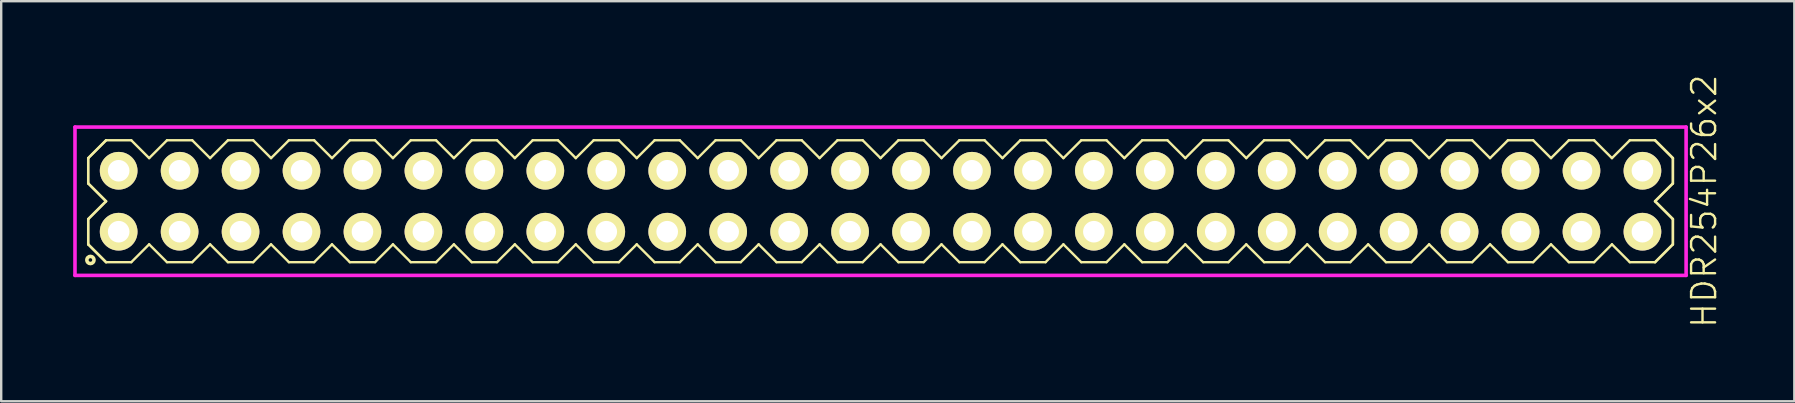
<source format=kicad_pcb>
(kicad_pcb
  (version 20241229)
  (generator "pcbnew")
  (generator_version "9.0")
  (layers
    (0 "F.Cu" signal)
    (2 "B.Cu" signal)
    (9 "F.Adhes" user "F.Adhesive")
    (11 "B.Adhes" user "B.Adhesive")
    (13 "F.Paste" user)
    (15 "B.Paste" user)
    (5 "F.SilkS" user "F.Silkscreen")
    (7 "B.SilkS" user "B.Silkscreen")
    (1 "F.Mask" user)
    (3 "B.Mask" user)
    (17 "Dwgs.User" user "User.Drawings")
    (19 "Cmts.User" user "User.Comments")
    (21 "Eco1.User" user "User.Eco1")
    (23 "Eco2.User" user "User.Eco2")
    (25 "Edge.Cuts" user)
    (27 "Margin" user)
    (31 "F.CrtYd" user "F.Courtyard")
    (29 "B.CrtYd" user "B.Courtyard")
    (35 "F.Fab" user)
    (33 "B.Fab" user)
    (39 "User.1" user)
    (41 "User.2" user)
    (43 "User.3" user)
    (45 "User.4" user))
  (footprint "HDR254P26x2"
    (layer "F.Cu")
    (at 33.645 5.336)
    (property "Reference" "HDR254P26x2" (at 34.32 0 90) (layer "F.SilkS") (effects (font (size 1 1) (thickness 0.1))))
    (attr through_hole)
    (fp_line (start -33.02 -1.796) (end -32.276 -2.54) (stroke (width 0.1) (type solid)) (layer "F.SilkS"))
    (fp_line (start -33.02 -1.796) (end -32.276 -2.54) (stroke (width 0.1) (type solid)) (layer "F.SilkS"))
    (fp_line (start -33.02 -0.744) (end -33.02 -1.796) (stroke (width 0.1) (type solid)) (layer "F.SilkS"))
    (fp_line (start -33.02 -0.744) (end -33.02 -1.796) (stroke (width 0.1) (type solid)) (layer "F.SilkS"))
    (fp_line (start -33.02 0.744) (end -32.276 0) (stroke (width 0.1) (type solid)) (layer "F.SilkS"))
    (fp_line (start -33.02 0.744) (end -32.276 0) (stroke (width 0.1) (type solid)) (layer "F.SilkS"))
    (fp_line (start -33.02 1.796) (end -33.02 0.744) (stroke (width 0.1) (type solid)) (layer "F.SilkS"))
    (fp_line (start -33.02 1.796) (end -33.02 0.744) (stroke (width 0.1) (type solid)) (layer "F.SilkS"))
    (fp_line (start -32.276 -2.54) (end -31.224 -2.54) (stroke (width 0.1) (type solid)) (layer "F.SilkS"))
    (fp_line (start -32.276 0) (end -33.02 -0.744) (stroke (width 0.1) (type solid)) (layer "F.SilkS"))
    (fp_line (start -32.276 0) (end -33.02 -0.744) (stroke (width 0.1) (type solid)) (layer "F.SilkS"))
    (fp_line (start -32.276 2.54) (end -33.02 1.796) (stroke (width 0.1) (type solid)) (layer "F.SilkS"))
    (fp_line (start -32.276 2.54) (end -33.02 1.796) (stroke (width 0.1) (type solid)) (layer "F.SilkS"))
    (fp_line (start -31.224 -2.54) (end -30.48 -1.796) (stroke (width 0.1) (type solid)) (layer "F.SilkS"))
    (fp_line (start -31.224 2.54) (end -32.276 2.54) (stroke (width 0.1) (type solid)) (layer "F.SilkS"))
    (fp_line (start -30.48 -1.796) (end -29.736 -2.54) (stroke (width 0.1) (type solid)) (layer "F.SilkS"))
    (fp_line (start -30.48 1.796) (end -31.224 2.54) (stroke (width 0.1) (type solid)) (layer "F.SilkS"))
    (fp_line (start -29.736 -2.54) (end -28.684 -2.54) (stroke (width 0.1) (type solid)) (layer "F.SilkS"))
    (fp_line (start -29.736 2.54) (end -30.48 1.796) (stroke (width 0.1) (type solid)) (layer "F.SilkS"))
    (fp_line (start -28.684 -2.54) (end -27.94 -1.796) (stroke (width 0.1) (type solid)) (layer "F.SilkS"))
    (fp_line (start -28.684 2.54) (end -29.736 2.54) (stroke (width 0.1) (type solid)) (layer "F.SilkS"))
    (fp_line (start -27.94 -1.796) (end -27.196 -2.54) (stroke (width 0.1) (type solid)) (layer "F.SilkS"))
    (fp_line (start -27.94 1.796) (end -28.684 2.54) (stroke (width 0.1) (type solid)) (layer "F.SilkS"))
    (fp_line (start -27.196 -2.54) (end -26.144 -2.54) (stroke (width 0.1) (type solid)) (layer "F.SilkS"))
    (fp_line (start -27.196 2.54) (end -27.94 1.796) (stroke (width 0.1) (type solid)) (layer "F.SilkS"))
    (fp_line (start -26.144 -2.54) (end -25.4 -1.796) (stroke (width 0.1) (type solid)) (layer "F.SilkS"))
    (fp_line (start -26.144 2.54) (end -27.196 2.54) (stroke (width 0.1) (type solid)) (layer "F.SilkS"))
    (fp_line (start -25.4 -1.796) (end -24.656 -2.54) (stroke (width 0.1) (type solid)) (layer "F.SilkS"))
    (fp_line (start -25.4 1.796) (end -26.144 2.54) (stroke (width 0.1) (type solid)) (layer "F.SilkS"))
    (fp_line (start -24.656 -2.54) (end -23.604 -2.54) (stroke (width 0.1) (type solid)) (layer "F.SilkS"))
    (fp_line (start -24.656 2.54) (end -25.4 1.796) (stroke (width 0.1) (type solid)) (layer "F.SilkS"))
    (fp_line (start -23.604 -2.54) (end -22.86 -1.796) (stroke (width 0.1) (type solid)) (layer "F.SilkS"))
    (fp_line (start -23.604 2.54) (end -24.656 2.54) (stroke (width 0.1) (type solid)) (layer "F.SilkS"))
    (fp_line (start -22.86 -1.796) (end -22.116 -2.54) (stroke (width 0.1) (type solid)) (layer "F.SilkS"))
    (fp_line (start -22.86 1.796) (end -23.604 2.54) (stroke (width 0.1) (type solid)) (layer "F.SilkS"))
    (fp_line (start -22.116 -2.54) (end -21.064 -2.54) (stroke (width 0.1) (type solid)) (layer "F.SilkS"))
    (fp_line (start -22.116 2.54) (end -22.86 1.796) (stroke (width 0.1) (type solid)) (layer "F.SilkS"))
    (fp_line (start -21.064 -2.54) (end -20.32 -1.796) (stroke (width 0.1) (type solid)) (layer "F.SilkS"))
    (fp_line (start -21.064 2.54) (end -22.116 2.54) (stroke (width 0.1) (type solid)) (layer "F.SilkS"))
    (fp_line (start -20.32 -1.796) (end -19.576 -2.54) (stroke (width 0.1) (type solid)) (layer "F.SilkS"))
    (fp_line (start -20.32 1.796) (end -21.064 2.54) (stroke (width 0.1) (type solid)) (layer "F.SilkS"))
    (fp_line (start -19.576 -2.54) (end -18.524 -2.54) (stroke (width 0.1) (type solid)) (layer "F.SilkS"))
    (fp_line (start -19.576 2.54) (end -20.32 1.796) (stroke (width 0.1) (type solid)) (layer "F.SilkS"))
    (fp_line (start -18.524 -2.54) (end -17.78 -1.796) (stroke (width 0.1) (type solid)) (layer "F.SilkS"))
    (fp_line (start -18.524 2.54) (end -19.576 2.54) (stroke (width 0.1) (type solid)) (layer "F.SilkS"))
    (fp_line (start -17.78 -1.796) (end -17.036 -2.54) (stroke (width 0.1) (type solid)) (layer "F.SilkS"))
    (fp_line (start -17.78 1.796) (end -18.524 2.54) (stroke (width 0.1) (type solid)) (layer "F.SilkS"))
    (fp_line (start -17.036 -2.54) (end -15.984 -2.54) (stroke (width 0.1) (type solid)) (layer "F.SilkS"))
    (fp_line (start -17.036 2.54) (end -17.78 1.796) (stroke (width 0.1) (type solid)) (layer "F.SilkS"))
    (fp_line (start -15.984 -2.54) (end -15.24 -1.796) (stroke (width 0.1) (type solid)) (layer "F.SilkS"))
    (fp_line (start -15.984 2.54) (end -17.036 2.54) (stroke (width 0.1) (type solid)) (layer "F.SilkS"))
    (fp_line (start -15.24 -1.796) (end -14.496 -2.54) (stroke (width 0.1) (type solid)) (layer "F.SilkS"))
    (fp_line (start -15.24 1.796) (end -15.984 2.54) (stroke (width 0.1) (type solid)) (layer "F.SilkS"))
    (fp_line (start -14.496 -2.54) (end -13.444 -2.54) (stroke (width 0.1) (type solid)) (layer "F.SilkS"))
    (fp_line (start -14.496 2.54) (end -15.24 1.796) (stroke (width 0.1) (type solid)) (layer "F.SilkS"))
    (fp_line (start -13.444 -2.54) (end -12.7 -1.796) (stroke (width 0.1) (type solid)) (layer "F.SilkS"))
    (fp_line (start -13.444 2.54) (end -14.496 2.54) (stroke (width 0.1) (type solid)) (layer "F.SilkS"))
    (fp_line (start -12.7 -1.796) (end -11.956 -2.54) (stroke (width 0.1) (type solid)) (layer "F.SilkS"))
    (fp_line (start -12.7 1.796) (end -13.444 2.54) (stroke (width 0.1) (type solid)) (layer "F.SilkS"))
    (fp_line (start -11.956 -2.54) (end -10.904 -2.54) (stroke (width 0.1) (type solid)) (layer "F.SilkS"))
    (fp_line (start -11.956 2.54) (end -12.7 1.796) (stroke (width 0.1) (type solid)) (layer "F.SilkS"))
    (fp_line (start -10.904 -2.54) (end -10.16 -1.796) (stroke (width 0.1) (type solid)) (layer "F.SilkS"))
    (fp_line (start -10.904 2.54) (end -11.956 2.54) (stroke (width 0.1) (type solid)) (layer "F.SilkS"))
    (fp_line (start -10.16 -1.796) (end -9.416 -2.54) (stroke (width 0.1) (type solid)) (layer "F.SilkS"))
    (fp_line (start -10.16 1.796) (end -10.904 2.54) (stroke (width 0.1) (type solid)) (layer "F.SilkS"))
    (fp_line (start -9.416 -2.54) (end -8.364 -2.54) (stroke (width 0.1) (type solid)) (layer "F.SilkS"))
    (fp_line (start -9.416 2.54) (end -10.16 1.796) (stroke (width 0.1) (type solid)) (layer "F.SilkS"))
    (fp_line (start -8.364 -2.54) (end -7.62 -1.796) (stroke (width 0.1) (type solid)) (layer "F.SilkS"))
    (fp_line (start -8.364 2.54) (end -9.416 2.54) (stroke (width 0.1) (type solid)) (layer "F.SilkS"))
    (fp_line (start -7.62 -1.796) (end -6.876 -2.54) (stroke (width 0.1) (type solid)) (layer "F.SilkS"))
    (fp_line (start -7.62 1.796) (end -8.364 2.54) (stroke (width 0.1) (type solid)) (layer "F.SilkS"))
    (fp_line (start -6.876 -2.54) (end -5.824 -2.54) (stroke (width 0.1) (type solid)) (layer "F.SilkS"))
    (fp_line (start -6.876 2.54) (end -7.62 1.796) (stroke (width 0.1) (type solid)) (layer "F.SilkS"))
    (fp_line (start -5.824 -2.54) (end -5.08 -1.796) (stroke (width 0.1) (type solid)) (layer "F.SilkS"))
    (fp_line (start -5.824 2.54) (end -6.876 2.54) (stroke (width 0.1) (type solid)) (layer "F.SilkS"))
    (fp_line (start -5.08 -1.796) (end -4.336 -2.54) (stroke (width 0.1) (type solid)) (layer "F.SilkS"))
    (fp_line (start -5.08 1.796) (end -5.824 2.54) (stroke (width 0.1) (type solid)) (layer "F.SilkS"))
    (fp_line (start -4.336 -2.54) (end -3.284 -2.54) (stroke (width 0.1) (type solid)) (layer "F.SilkS"))
    (fp_line (start -4.336 2.54) (end -5.08 1.796) (stroke (width 0.1) (type solid)) (layer "F.SilkS"))
    (fp_line (start -3.284 -2.54) (end -2.54 -1.796) (stroke (width 0.1) (type solid)) (layer "F.SilkS"))
    (fp_line (start -3.284 2.54) (end -4.336 2.54) (stroke (width 0.1) (type solid)) (layer "F.SilkS"))
    (fp_line (start -2.54 -1.796) (end -1.796 -2.54) (stroke (width 0.1) (type solid)) (layer "F.SilkS"))
    (fp_line (start -2.54 1.796) (end -3.284 2.54) (stroke (width 0.1) (type solid)) (layer "F.SilkS"))
    (fp_line (start -1.796 -2.54) (end -0.744 -2.54) (stroke (width 0.1) (type solid)) (layer "F.SilkS"))
    (fp_line (start -1.796 2.54) (end -2.54 1.796) (stroke (width 0.1) (type solid)) (layer "F.SilkS"))
    (fp_line (start -0.744 -2.54) (end 0 -1.796) (stroke (width 0.1) (type solid)) (layer "F.SilkS"))
    (fp_line (start -0.744 2.54) (end -1.796 2.54) (stroke (width 0.1) (type solid)) (layer "F.SilkS"))
    (fp_line (start 0 -1.796) (end 0.744 -2.54) (stroke (width 0.1) (type solid)) (layer "F.SilkS"))
    (fp_line (start 0 1.796) (end -0.744 2.54) (stroke (width 0.1) (type solid)) (layer "F.SilkS"))
    (fp_line (start 0.744 -2.54) (end 1.796 -2.54) (stroke (width 0.1) (type solid)) (layer "F.SilkS"))
    (fp_line (start 0.744 2.54) (end 0 1.796) (stroke (width 0.1) (type solid)) (layer "F.SilkS"))
    (fp_line (start 1.796 -2.54) (end 2.54 -1.796) (stroke (width 0.1) (type solid)) (layer "F.SilkS"))
    (fp_line (start 1.796 2.54) (end 0.744 2.54) (stroke (width 0.1) (type solid)) (layer "F.SilkS"))
    (fp_line (start 2.54 -1.796) (end 3.284 -2.54) (stroke (width 0.1) (type solid)) (layer "F.SilkS"))
    (fp_line (start 2.54 1.796) (end 1.796 2.54) (stroke (width 0.1) (type solid)) (layer "F.SilkS"))
    (fp_line (start 3.284 -2.54) (end 4.336 -2.54) (stroke (width 0.1) (type solid)) (layer "F.SilkS"))
    (fp_line (start 3.284 2.54) (end 2.54 1.796) (stroke (width 0.1) (type solid)) (layer "F.SilkS"))
    (fp_line (start 4.336 -2.54) (end 5.08 -1.796) (stroke (width 0.1) (type solid)) (layer "F.SilkS"))
    (fp_line (start 4.336 2.54) (end 3.284 2.54) (stroke (width 0.1) (type solid)) (layer "F.SilkS"))
    (fp_line (start 5.08 -1.796) (end 5.824 -2.54) (stroke (width 0.1) (type solid)) (layer "F.SilkS"))
    (fp_line (start 5.08 1.796) (end 4.336 2.54) (stroke (width 0.1) (type solid)) (layer "F.SilkS"))
    (fp_line (start 5.824 -2.54) (end 6.876 -2.54) (stroke (width 0.1) (type solid)) (layer "F.SilkS"))
    (fp_line (start 5.824 2.54) (end 5.08 1.796) (stroke (width 0.1) (type solid)) (layer "F.SilkS"))
    (fp_line (start 6.876 -2.54) (end 7.62 -1.796) (stroke (width 0.1) (type solid)) (layer "F.SilkS"))
    (fp_line (start 6.876 2.54) (end 5.824 2.54) (stroke (width 0.1) (type solid)) (layer "F.SilkS"))
    (fp_line (start 7.62 -1.796) (end 8.364 -2.54) (stroke (width 0.1) (type solid)) (layer "F.SilkS"))
    (fp_line (start 7.62 1.796) (end 6.876 2.54) (stroke (width 0.1) (type solid)) (layer "F.SilkS"))
    (fp_line (start 8.364 -2.54) (end 9.416 -2.54) (stroke (width 0.1) (type solid)) (layer "F.SilkS"))
    (fp_line (start 8.364 2.54) (end 7.62 1.796) (stroke (width 0.1) (type solid)) (layer "F.SilkS"))
    (fp_line (start 9.416 -2.54) (end 10.16 -1.796) (stroke (width 0.1) (type solid)) (layer "F.SilkS"))
    (fp_line (start 9.416 2.54) (end 8.364 2.54) (stroke (width 0.1) (type solid)) (layer "F.SilkS"))
    (fp_line (start 10.16 -1.796) (end 10.904 -2.54) (stroke (width 0.1) (type solid)) (layer "F.SilkS"))
    (fp_line (start 10.16 1.796) (end 9.416 2.54) (stroke (width 0.1) (type solid)) (layer "F.SilkS"))
    (fp_line (start 10.904 -2.54) (end 11.956 -2.54) (stroke (width 0.1) (type solid)) (layer "F.SilkS"))
    (fp_line (start 10.904 2.54) (end 10.16 1.796) (stroke (width 0.1) (type solid)) (layer "F.SilkS"))
    (fp_line (start 11.956 -2.54) (end 12.7 -1.796) (stroke (width 0.1) (type solid)) (layer "F.SilkS"))
    (fp_line (start 11.956 2.54) (end 10.904 2.54) (stroke (width 0.1) (type solid)) (layer "F.SilkS"))
    (fp_line (start 12.7 -1.796) (end 13.444 -2.54) (stroke (width 0.1) (type solid)) (layer "F.SilkS"))
    (fp_line (start 12.7 1.796) (end 11.956 2.54) (stroke (width 0.1) (type solid)) (layer "F.SilkS"))
    (fp_line (start 13.444 -2.54) (end 14.496 -2.54) (stroke (width 0.1) (type solid)) (layer "F.SilkS"))
    (fp_line (start 13.444 2.54) (end 12.7 1.796) (stroke (width 0.1) (type solid)) (layer "F.SilkS"))
    (fp_line (start 14.496 -2.54) (end 15.24 -1.796) (stroke (width 0.1) (type solid)) (layer "F.SilkS"))
    (fp_line (start 14.496 2.54) (end 13.444 2.54) (stroke (width 0.1) (type solid)) (layer "F.SilkS"))
    (fp_line (start 15.24 -1.796) (end 15.984 -2.54) (stroke (width 0.1) (type solid)) (layer "F.SilkS"))
    (fp_line (start 15.24 1.796) (end 14.496 2.54) (stroke (width 0.1) (type solid)) (layer "F.SilkS"))
    (fp_line (start 15.984 -2.54) (end 17.036 -2.54) (stroke (width 0.1) (type solid)) (layer "F.SilkS"))
    (fp_line (start 15.984 2.54) (end 15.24 1.796) (stroke (width 0.1) (type solid)) (layer "F.SilkS"))
    (fp_line (start 17.036 -2.54) (end 17.78 -1.796) (stroke (width 0.1) (type solid)) (layer "F.SilkS"))
    (fp_line (start 17.036 2.54) (end 15.984 2.54) (stroke (width 0.1) (type solid)) (layer "F.SilkS"))
    (fp_line (start 17.78 -1.796) (end 18.524 -2.54) (stroke (width 0.1) (type solid)) (layer "F.SilkS"))
    (fp_line (start 17.78 1.796) (end 17.036 2.54) (stroke (width 0.1) (type solid)) (layer "F.SilkS"))
    (fp_line (start 18.524 -2.54) (end 19.576 -2.54) (stroke (width 0.1) (type solid)) (layer "F.SilkS"))
    (fp_line (start 18.524 2.54) (end 17.78 1.796) (stroke (width 0.1) (type solid)) (layer "F.SilkS"))
    (fp_line (start 19.576 -2.54) (end 20.32 -1.796) (stroke (width 0.1) (type solid)) (layer "F.SilkS"))
    (fp_line (start 19.576 2.54) (end 18.524 2.54) (stroke (width 0.1) (type solid)) (layer "F.SilkS"))
    (fp_line (start 20.32 -1.796) (end 21.064 -2.54) (stroke (width 0.1) (type solid)) (layer "F.SilkS"))
    (fp_line (start 20.32 1.796) (end 19.576 2.54) (stroke (width 0.1) (type solid)) (layer "F.SilkS"))
    (fp_line (start 21.064 -2.54) (end 22.116 -2.54) (stroke (width 0.1) (type solid)) (layer "F.SilkS"))
    (fp_line (start 21.064 2.54) (end 20.32 1.796) (stroke (width 0.1) (type solid)) (layer "F.SilkS"))
    (fp_line (start 22.116 -2.54) (end 22.86 -1.796) (stroke (width 0.1) (type solid)) (layer "F.SilkS"))
    (fp_line (start 22.116 2.54) (end 21.064 2.54) (stroke (width 0.1) (type solid)) (layer "F.SilkS"))
    (fp_line (start 22.86 -1.796) (end 23.604 -2.54) (stroke (width 0.1) (type solid)) (layer "F.SilkS"))
    (fp_line (start 22.86 1.796) (end 22.116 2.54) (stroke (width 0.1) (type solid)) (layer "F.SilkS"))
    (fp_line (start 23.604 -2.54) (end 24.656 -2.54) (stroke (width 0.1) (type solid)) (layer "F.SilkS"))
    (fp_line (start 23.604 2.54) (end 22.86 1.796) (stroke (width 0.1) (type solid)) (layer "F.SilkS"))
    (fp_line (start 24.656 -2.54) (end 25.4 -1.796) (stroke (width 0.1) (type solid)) (layer "F.SilkS"))
    (fp_line (start 24.656 2.54) (end 23.604 2.54) (stroke (width 0.1) (type solid)) (layer "F.SilkS"))
    (fp_line (start 25.4 -1.796) (end 26.144 -2.54) (stroke (width 0.1) (type solid)) (layer "F.SilkS"))
    (fp_line (start 25.4 1.796) (end 24.656 2.54) (stroke (width 0.1) (type solid)) (layer "F.SilkS"))
    (fp_line (start 26.144 -2.54) (end 27.196 -2.54) (stroke (width 0.1) (type solid)) (layer "F.SilkS"))
    (fp_line (start 26.144 2.54) (end 25.4 1.796) (stroke (width 0.1) (type solid)) (layer "F.SilkS"))
    (fp_line (start 27.196 -2.54) (end 27.94 -1.796) (stroke (width 0.1) (type solid)) (layer "F.SilkS"))
    (fp_line (start 27.196 2.54) (end 26.144 2.54) (stroke (width 0.1) (type solid)) (layer "F.SilkS"))
    (fp_line (start 27.94 -1.796) (end 28.684 -2.54) (stroke (width 0.1) (type solid)) (layer "F.SilkS"))
    (fp_line (start 27.94 1.796) (end 27.196 2.54) (stroke (width 0.1) (type solid)) (layer "F.SilkS"))
    (fp_line (start 28.684 -2.54) (end 29.736 -2.54) (stroke (width 0.1) (type solid)) (layer "F.SilkS"))
    (fp_line (start 28.684 2.54) (end 27.94 1.796) (stroke (width 0.1) (type solid)) (layer "F.SilkS"))
    (fp_line (start 29.736 -2.54) (end 30.48 -1.796) (stroke (width 0.1) (type solid)) (layer "F.SilkS"))
    (fp_line (start 29.736 2.54) (end 28.684 2.54) (stroke (width 0.1) (type solid)) (layer "F.SilkS"))
    (fp_line (start 30.48 -1.796) (end 31.224 -2.54) (stroke (width 0.1) (type solid)) (layer "F.SilkS"))
    (fp_line (start 30.48 1.796) (end 29.736 2.54) (stroke (width 0.1) (type solid)) (layer "F.SilkS"))
    (fp_line (start 31.224 -2.54) (end 32.276 -2.54) (stroke (width 0.1) (type solid)) (layer "F.SilkS"))
    (fp_line (start 31.224 2.54) (end 30.48 1.796) (stroke (width 0.1) (type solid)) (layer "F.SilkS"))
    (fp_line (start 32.276 -2.54) (end 33.02 -1.796) (stroke (width 0.1) (type solid)) (layer "F.SilkS"))
    (fp_line (start 32.276 -2.54) (end 33.02 -1.796) (stroke (width 0.1) (type solid)) (layer "F.SilkS"))
    (fp_line (start 32.276 0) (end 33.02 0.744) (stroke (width 0.1) (type solid)) (layer "F.SilkS"))
    (fp_line (start 32.276 0) (end 33.02 0.744) (stroke (width 0.1) (type solid)) (layer "F.SilkS"))
    (fp_line (start 32.276 2.54) (end 31.224 2.54) (stroke (width 0.1) (type solid)) (layer "F.SilkS"))
    (fp_line (start 33.02 -1.796) (end 33.02 -0.744) (stroke (width 0.1) (type solid)) (layer "F.SilkS"))
    (fp_line (start 33.02 -1.796) (end 33.02 -0.744) (stroke (width 0.1) (type solid)) (layer "F.SilkS"))
    (fp_line (start 33.02 -0.744) (end 32.276 0) (stroke (width 0.1) (type solid)) (layer "F.SilkS"))
    (fp_line (start 33.02 -0.744) (end 32.276 0) (stroke (width 0.1) (type solid)) (layer "F.SilkS"))
    (fp_line (start 33.02 0.744) (end 33.02 1.796) (stroke (width 0.1) (type solid)) (layer "F.SilkS"))
    (fp_line (start 33.02 0.744) (end 33.02 1.796) (stroke (width 0.1) (type solid)) (layer "F.SilkS"))
    (fp_line (start 33.02 1.796) (end 32.276 2.54) (stroke (width 0.1) (type solid)) (layer "F.SilkS"))
    (fp_line (start 33.02 1.796) (end 32.276 2.54) (stroke (width 0.1) (type solid)) (layer "F.SilkS"))
    (fp_circle (center -32.927 2.448) (end -32.777 2.448) (stroke (width 0.15) (type solid)) (fill no) (layer "F.SilkS"))
    (fp_line (start -33.57 -3.09) (end -33.57 3.09) (stroke (width 0.15) (type solid)) (layer "F.CrtYd"))
    (fp_line (start -33.57 3.09) (end 33.57 3.09) (stroke (width 0.15) (type solid)) (layer "F.CrtYd"))
    (fp_line (start 33.57 -3.09) (end -33.57 -3.09) (stroke (width 0.15) (type solid)) (layer "F.CrtYd"))
    (fp_line (start 33.57 3.09) (end 33.57 -3.09) (stroke (width 0.15) (type solid)) (layer "F.CrtYd"))
    (pad "1" thru_hole oval (at -31.75 1.27) (size 1.57 1.57) (drill 0.9) (layers "*.Cu" "*.Mask" "F.SilkS"))
    (pad "2" thru_hole oval (at -31.75 -1.27) (size 1.57 1.57) (drill 0.9) (layers "*.Cu" "*.Mask" "F.SilkS"))
    (pad "3" thru_hole oval (at -29.21 1.27) (size 1.57 1.57) (drill 0.9) (layers "*.Cu" "*.Mask" "F.SilkS"))
    (pad "4" thru_hole oval (at -29.21 -1.27) (size 1.57 1.57) (drill 0.9) (layers "*.Cu" "*.Mask" "F.SilkS"))
    (pad "5" thru_hole oval (at -26.67 1.27) (size 1.57 1.57) (drill 0.9) (layers "*.Cu" "*.Mask" "F.SilkS"))
    (pad "6" thru_hole oval (at -26.67 -1.27) (size 1.57 1.57) (drill 0.9) (layers "*.Cu" "*.Mask" "F.SilkS"))
    (pad "7" thru_hole oval (at -24.13 1.27) (size 1.57 1.57) (drill 0.9) (layers "*.Cu" "*.Mask" "F.SilkS"))
    (pad "8" thru_hole oval (at -24.13 -1.27) (size 1.57 1.57) (drill 0.9) (layers "*.Cu" "*.Mask" "F.SilkS"))
    (pad "9" thru_hole oval (at -21.59 1.27) (size 1.57 1.57) (drill 0.9) (layers "*.Cu" "*.Mask" "F.SilkS"))
    (pad "10" thru_hole oval (at -21.59 -1.27) (size 1.57 1.57) (drill 0.9) (layers "*.Cu" "*.Mask" "F.SilkS"))
    (pad "11" thru_hole oval (at -19.05 1.27) (size 1.57 1.57) (drill 0.9) (layers "*.Cu" "*.Mask" "F.SilkS"))
    (pad "12" thru_hole oval (at -19.05 -1.27) (size 1.57 1.57) (drill 0.9) (layers "*.Cu" "*.Mask" "F.SilkS"))
    (pad "13" thru_hole oval (at -16.51 1.27) (size 1.57 1.57) (drill 0.9) (layers "*.Cu" "*.Mask" "F.SilkS"))
    (pad "14" thru_hole oval (at -16.51 -1.27) (size 1.57 1.57) (drill 0.9) (layers "*.Cu" "*.Mask" "F.SilkS"))
    (pad "15" thru_hole oval (at -13.97 1.27) (size 1.57 1.57) (drill 0.9) (layers "*.Cu" "*.Mask" "F.SilkS"))
    (pad "16" thru_hole oval (at -13.97 -1.27) (size 1.57 1.57) (drill 0.9) (layers "*.Cu" "*.Mask" "F.SilkS"))
    (pad "17" thru_hole oval (at -11.43 1.27) (size 1.57 1.57) (drill 0.9) (layers "*.Cu" "*.Mask" "F.SilkS"))
    (pad "18" thru_hole oval (at -11.43 -1.27) (size 1.57 1.57) (drill 0.9) (layers "*.Cu" "*.Mask" "F.SilkS"))
    (pad "19" thru_hole oval (at -8.89 1.27) (size 1.57 1.57) (drill 0.9) (layers "*.Cu" "*.Mask" "F.SilkS"))
    (pad "20" thru_hole oval (at -8.89 -1.27) (size 1.57 1.57) (drill 0.9) (layers "*.Cu" "*.Mask" "F.SilkS"))
    (pad "21" thru_hole oval (at -6.35 1.27) (size 1.57 1.57) (drill 0.9) (layers "*.Cu" "*.Mask" "F.SilkS"))
    (pad "22" thru_hole oval (at -6.35 -1.27) (size 1.57 1.57) (drill 0.9) (layers "*.Cu" "*.Mask" "F.SilkS"))
    (pad "23" thru_hole oval (at -3.81 1.27) (size 1.57 1.57) (drill 0.9) (layers "*.Cu" "*.Mask" "F.SilkS"))
    (pad "24" thru_hole oval (at -3.81 -1.27) (size 1.57 1.57) (drill 0.9) (layers "*.Cu" "*.Mask" "F.SilkS"))
    (pad "25" thru_hole oval (at -1.27 1.27) (size 1.57 1.57) (drill 0.9) (layers "*.Cu" "*.Mask" "F.SilkS"))
    (pad "26" thru_hole oval (at -1.27 -1.27) (size 1.57 1.57) (drill 0.9) (layers "*.Cu" "*.Mask" "F.SilkS"))
    (pad "27" thru_hole oval (at 1.27 1.27) (size 1.57 1.57) (drill 0.9) (layers "*.Cu" "*.Mask" "F.SilkS"))
    (pad "28" thru_hole oval (at 1.27 -1.27) (size 1.57 1.57) (drill 0.9) (layers "*.Cu" "*.Mask" "F.SilkS"))
    (pad "29" thru_hole oval (at 3.81 1.27) (size 1.57 1.57) (drill 0.9) (layers "*.Cu" "*.Mask" "F.SilkS"))
    (pad "30" thru_hole oval (at 3.81 -1.27) (size 1.57 1.57) (drill 0.9) (layers "*.Cu" "*.Mask" "F.SilkS"))
    (pad "31" thru_hole oval (at 6.35 1.27) (size 1.57 1.57) (drill 0.9) (layers "*.Cu" "*.Mask" "F.SilkS"))
    (pad "32" thru_hole oval (at 6.35 -1.27) (size 1.57 1.57) (drill 0.9) (layers "*.Cu" "*.Mask" "F.SilkS"))
    (pad "33" thru_hole oval (at 8.89 1.27) (size 1.57 1.57) (drill 0.9) (layers "*.Cu" "*.Mask" "F.SilkS"))
    (pad "34" thru_hole oval (at 8.89 -1.27) (size 1.57 1.57) (drill 0.9) (layers "*.Cu" "*.Mask" "F.SilkS"))
    (pad "35" thru_hole oval (at 11.43 1.27) (size 1.57 1.57) (drill 0.9) (layers "*.Cu" "*.Mask" "F.SilkS"))
    (pad "36" thru_hole oval (at 11.43 -1.27) (size 1.57 1.57) (drill 0.9) (layers "*.Cu" "*.Mask" "F.SilkS"))
    (pad "37" thru_hole oval (at 13.97 1.27) (size 1.57 1.57) (drill 0.9) (layers "*.Cu" "*.Mask" "F.SilkS"))
    (pad "38" thru_hole oval (at 13.97 -1.27) (size 1.57 1.57) (drill 0.9) (layers "*.Cu" "*.Mask" "F.SilkS"))
    (pad "39" thru_hole oval (at 16.51 1.27) (size 1.57 1.57) (drill 0.9) (layers "*.Cu" "*.Mask" "F.SilkS"))
    (pad "40" thru_hole oval (at 16.51 -1.27) (size 1.57 1.57) (drill 0.9) (layers "*.Cu" "*.Mask" "F.SilkS"))
    (pad "41" thru_hole oval (at 19.05 1.27) (size 1.57 1.57) (drill 0.9) (layers "*.Cu" "*.Mask" "F.SilkS"))
    (pad "42" thru_hole oval (at 19.05 -1.27) (size 1.57 1.57) (drill 0.9) (layers "*.Cu" "*.Mask" "F.SilkS"))
    (pad "43" thru_hole oval (at 21.59 1.27) (size 1.57 1.57) (drill 0.9) (layers "*.Cu" "*.Mask" "F.SilkS"))
    (pad "44" thru_hole oval (at 21.59 -1.27) (size 1.57 1.57) (drill 0.9) (layers "*.Cu" "*.Mask" "F.SilkS"))
    (pad "45" thru_hole oval (at 24.13 1.27) (size 1.57 1.57) (drill 0.9) (layers "*.Cu" "*.Mask" "F.SilkS"))
    (pad "46" thru_hole oval (at 24.13 -1.27) (size 1.57 1.57) (drill 0.9) (layers "*.Cu" "*.Mask" "F.SilkS"))
    (pad "47" thru_hole oval (at 26.67 1.27) (size 1.57 1.57) (drill 0.9) (layers "*.Cu" "*.Mask" "F.SilkS"))
    (pad "48" thru_hole oval (at 26.67 -1.27) (size 1.57 1.57) (drill 0.9) (layers "*.Cu" "*.Mask" "F.SilkS"))
    (pad "49" thru_hole oval (at 29.21 1.27) (size 1.57 1.57) (drill 0.9) (layers "*.Cu" "*.Mask" "F.SilkS"))
    (pad "50" thru_hole oval (at 29.21 -1.27) (size 1.57 1.57) (drill 0.9) (layers "*.Cu" "*.Mask" "F.SilkS"))
    (pad "51" thru_hole oval (at 31.75 1.27) (size 1.57 1.57) (drill 0.9) (layers "*.Cu" "*.Mask" "F.SilkS"))
    (pad "52" thru_hole oval (at 31.75 -1.27) (size 1.57 1.57) (drill 0.9) (layers "*.Cu" "*.Mask" "F.SilkS")))
  (gr_rect
    (start -3 -3)
    (end 71.725 13.671)
    (stroke (width 0.1) (type default))
    (fill no)
    (layer "Edge.Cuts")))
</source>
